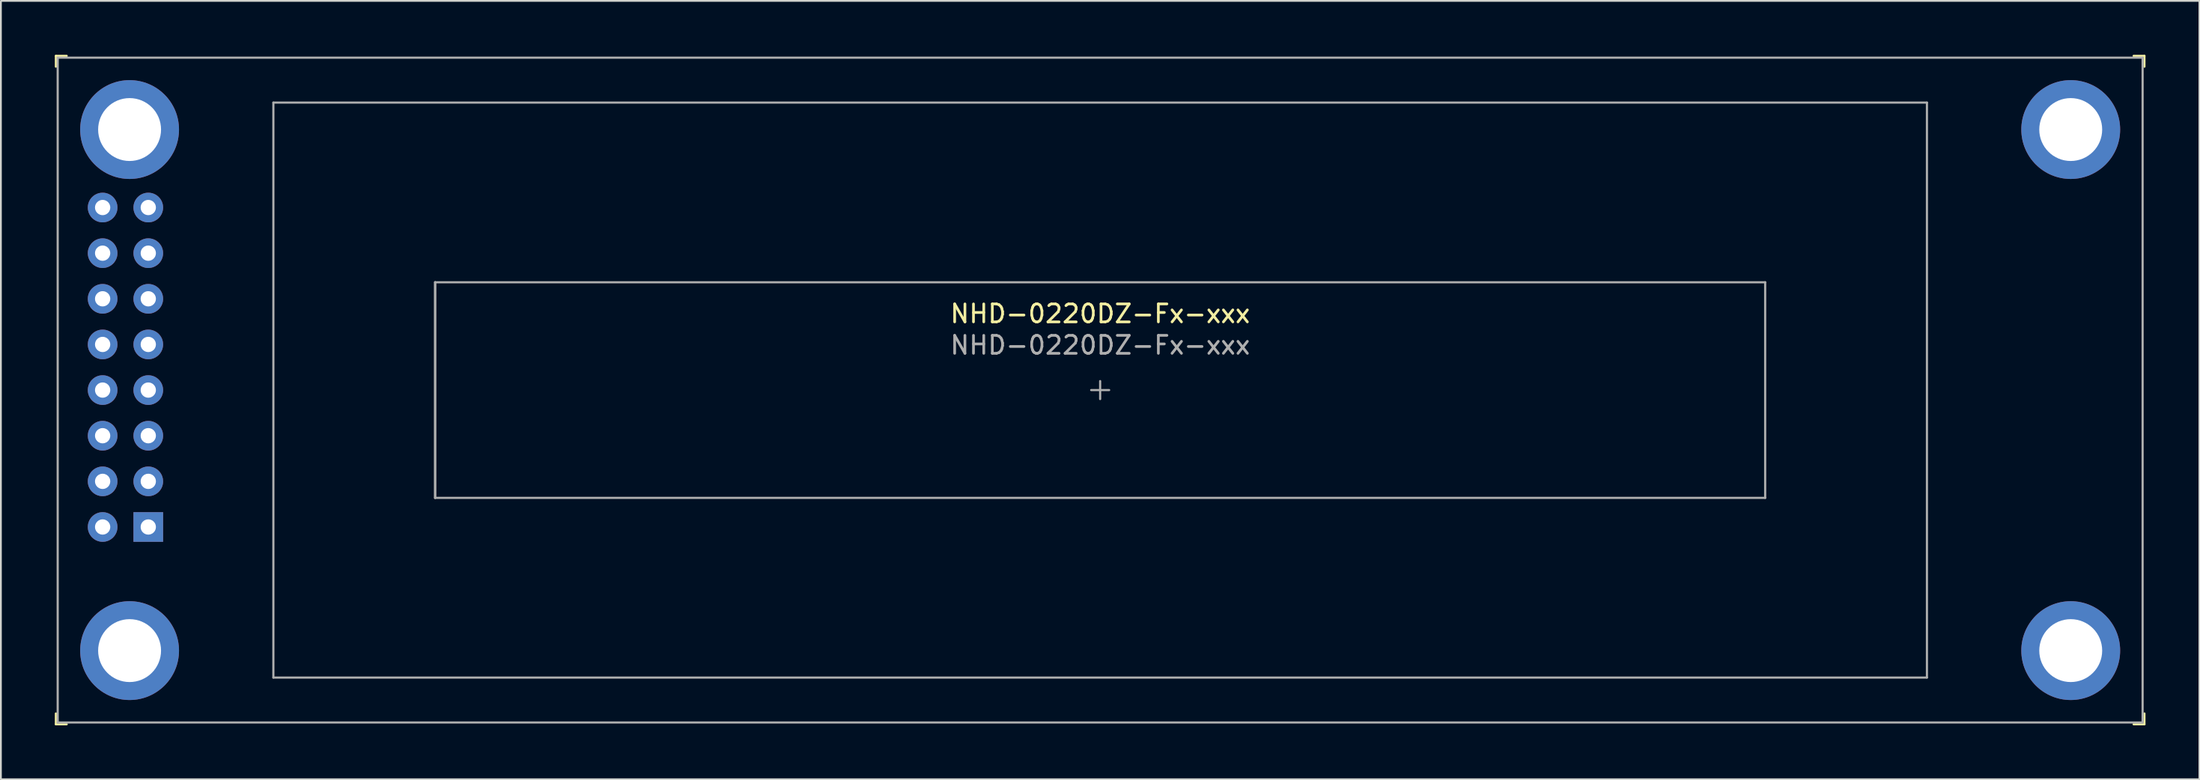
<source format=kicad_pcb>
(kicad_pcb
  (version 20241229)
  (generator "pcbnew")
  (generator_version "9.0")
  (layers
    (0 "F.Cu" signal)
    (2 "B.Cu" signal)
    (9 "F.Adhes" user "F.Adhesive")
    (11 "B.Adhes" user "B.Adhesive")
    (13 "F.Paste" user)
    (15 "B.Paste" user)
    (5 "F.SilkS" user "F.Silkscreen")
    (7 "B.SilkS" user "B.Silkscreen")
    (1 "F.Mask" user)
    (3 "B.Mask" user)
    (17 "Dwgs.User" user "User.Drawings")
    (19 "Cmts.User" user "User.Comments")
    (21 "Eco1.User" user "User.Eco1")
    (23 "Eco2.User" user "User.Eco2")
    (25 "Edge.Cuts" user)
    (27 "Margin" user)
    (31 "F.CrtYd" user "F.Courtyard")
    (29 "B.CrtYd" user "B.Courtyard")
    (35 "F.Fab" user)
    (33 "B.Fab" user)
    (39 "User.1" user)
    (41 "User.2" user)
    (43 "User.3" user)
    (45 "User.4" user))
  (footprint "NHD-0220DZ-Fx-xxx"
    (layer "F.Cu")
    (at 58.16 18.66)
    (property "Reference" "NHD-0220DZ-Fx-xxx" (at 0 -4.25 0) (layer "F.SilkS") (effects (font (size 1 1) (thickness 0.15))))
    (attr through_hole)
    (fp_line (start -58.1 -18.6) (end -58.1 -18) (stroke (width 0.12) (type solid)) (layer "F.SilkS"))
    (fp_line (start -58.1 18.6) (end -58.1 18) (stroke (width 0.12) (type solid)) (layer "F.SilkS"))
    (fp_line (start -57.5 -18.6) (end -58.1 -18.6) (stroke (width 0.12) (type solid)) (layer "F.SilkS"))
    (fp_line (start -57.5 18.6) (end -58.1 18.6) (stroke (width 0.12) (type solid)) (layer "F.SilkS"))
    (fp_line (start 58.1 -18.6) (end 57.5 -18.6) (stroke (width 0.12) (type solid)) (layer "F.SilkS"))
    (fp_line (start 58.1 -18) (end 58.1 -18.6) (stroke (width 0.12) (type solid)) (layer "F.SilkS"))
    (fp_line (start 58.1 18) (end 58.1 18.6) (stroke (width 0.12) (type solid)) (layer "F.SilkS"))
    (fp_line (start 58.1 18.6) (end 57.5 18.6) (stroke (width 0.12) (type solid)) (layer "F.SilkS"))
    (fp_line (start -58 -18.5) (end -58 18.5) (stroke (width 0.12) (type solid)) (layer "F.Fab"))
    (fp_line (start -58 18.5) (end 58 18.5) (stroke (width 0.12) (type solid)) (layer "F.Fab"))
    (fp_line (start -46 -16) (end 46 -16) (stroke (width 0.12) (type solid)) (layer "F.Fab"))
    (fp_line (start -46 16) (end -46 -16) (stroke (width 0.12) (type solid)) (layer "F.Fab"))
    (fp_line (start -37 -6) (end -37 6) (stroke (width 0.12) (type solid)) (layer "F.Fab"))
    (fp_line (start -37 -6) (end 37 -6) (stroke (width 0.12) (type solid)) (layer "F.Fab"))
    (fp_line (start -37 6) (end -37 -6) (stroke (width 0.12) (type solid)) (layer "F.Fab"))
    (fp_line (start 0 -0.5) (end 0 0.5) (stroke (width 0.12) (type solid)) (layer "F.Fab"))
    (fp_line (start 0.5 0) (end -0.5 0) (stroke (width 0.12) (type solid)) (layer "F.Fab"))
    (fp_line (start 37 -6) (end 37 6) (stroke (width 0.12) (type solid)) (layer "F.Fab"))
    (fp_line (start 37 6) (end -37 6) (stroke (width 0.12) (type solid)) (layer "F.Fab"))
    (fp_line (start 46 -16) (end 46 16) (stroke (width 0.12) (type solid)) (layer "F.Fab"))
    (fp_line (start 46 16) (end -46 16) (stroke (width 0.12) (type solid)) (layer "F.Fab"))
    (fp_line (start 58 -18.5) (end -58 -18.5) (stroke (width 0.12) (type solid)) (layer "F.Fab"))
    (fp_line (start 58 18.5) (end 58 -18.5) (stroke (width 0.12) (type solid)) (layer "F.Fab"))
    (fp_text user "${REFERENCE}" (at 0 -2.5 0) (layer "F.Fab") (effects (font (size 1 1) (thickness 0.15))))
    (pad "" thru_hole circle (at -54 -14.5) (size 5.5 5.5) (drill 3.5) (layers "*.Cu" "*.Mask"))
    (pad "" thru_hole circle (at -54 14.5) (size 5.5 5.5) (drill 3.5) (layers "*.Cu" "*.Mask"))
    (pad "" thru_hole circle (at 54 -14.5) (size 5.5 5.5) (drill 3.5) (layers "*.Cu" "*.Mask"))
    (pad "" thru_hole circle (at 54 14.5) (size 5.5 5.5) (drill 3.5) (layers "*.Cu" "*.Mask"))
    (pad "1" thru_hole rect (at -52.96 7.62) (size 1.65 1.65) (drill 0.85) (layers "*.Cu" "*.Mask"))
    (pad "2" thru_hole circle (at -55.5 7.62) (size 1.65 1.65) (drill 0.85) (layers "*.Cu" "*.Mask"))
    (pad "3" thru_hole circle (at -52.96 5.08) (size 1.65 1.65) (drill 0.85) (layers "*.Cu" "*.Mask"))
    (pad "4" thru_hole circle (at -55.5 5.08) (size 1.65 1.65) (drill 0.85) (layers "*.Cu" "*.Mask"))
    (pad "5" thru_hole circle (at -52.96 2.54) (size 1.65 1.65) (drill 0.85) (layers "*.Cu" "*.Mask"))
    (pad "6" thru_hole circle (at -55.5 2.54) (size 1.65 1.65) (drill 0.85) (layers "*.Cu" "*.Mask"))
    (pad "7" thru_hole circle (at -52.96 0) (size 1.65 1.65) (drill 0.85) (layers "*.Cu" "*.Mask"))
    (pad "8" thru_hole circle (at -55.5 0) (size 1.65 1.65) (drill 0.85) (layers "*.Cu" "*.Mask"))
    (pad "9" thru_hole circle (at -52.96 -2.54) (size 1.65 1.65) (drill 0.85) (layers "*.Cu" "*.Mask"))
    (pad "10" thru_hole circle (at -55.5 -2.54) (size 1.65 1.65) (drill 0.85) (layers "*.Cu" "*.Mask"))
    (pad "11" thru_hole circle (at -52.96 -5.08) (size 1.65 1.65) (drill 0.85) (layers "*.Cu" "*.Mask"))
    (pad "12" thru_hole circle (at -55.5 -5.08) (size 1.65 1.65) (drill 0.85) (layers "*.Cu" "*.Mask"))
    (pad "13" thru_hole circle (at -52.96 -7.62) (size 1.65 1.65) (drill 0.85) (layers "*.Cu" "*.Mask"))
    (pad "14" thru_hole circle (at -55.5 -7.62) (size 1.65 1.65) (drill 0.85) (layers "*.Cu" "*.Mask"))
    (pad "15" thru_hole circle (at -52.96 -10.16) (size 1.65 1.65) (drill 0.85) (layers "*.Cu" "*.Mask"))
    (pad "16" thru_hole circle (at -55.5 -10.16) (size 1.65 1.65) (drill 0.85) (layers "*.Cu" "*.Mask")))
  (gr_rect
    (start -3 -3)
    (end 119.32 40.32)
    (stroke (width 0.1) (type default))
    (fill no)
    (layer "Edge.Cuts")))
</source>
